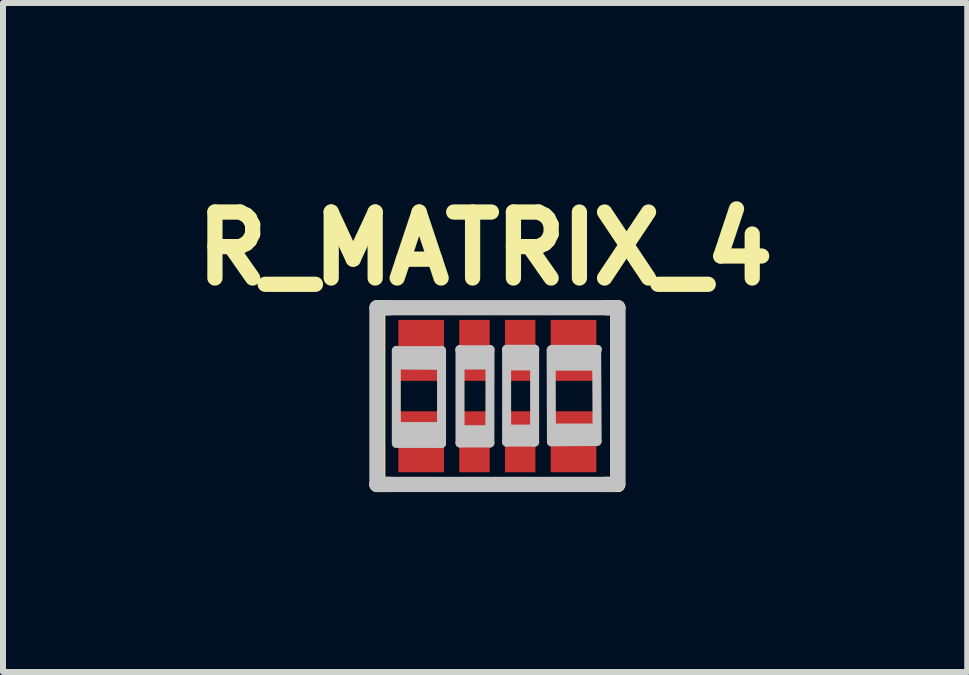
<source format=kicad_pcb>
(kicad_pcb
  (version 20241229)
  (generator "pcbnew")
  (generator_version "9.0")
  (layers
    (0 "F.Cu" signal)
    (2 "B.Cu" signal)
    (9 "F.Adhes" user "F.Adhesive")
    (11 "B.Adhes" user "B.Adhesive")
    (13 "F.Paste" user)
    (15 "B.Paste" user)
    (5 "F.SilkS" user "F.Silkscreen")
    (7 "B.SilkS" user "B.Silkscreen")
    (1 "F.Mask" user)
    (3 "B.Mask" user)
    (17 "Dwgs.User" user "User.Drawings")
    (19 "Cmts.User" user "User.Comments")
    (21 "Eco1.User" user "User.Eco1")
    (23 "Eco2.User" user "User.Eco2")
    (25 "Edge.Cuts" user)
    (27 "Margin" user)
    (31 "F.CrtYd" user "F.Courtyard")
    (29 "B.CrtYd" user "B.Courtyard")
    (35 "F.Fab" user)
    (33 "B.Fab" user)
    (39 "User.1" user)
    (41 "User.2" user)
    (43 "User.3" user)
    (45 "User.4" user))
  (footprint "R_MATRIX_4"
    (layer "F.Cu")
    (at 5.241 3.553)
    (property "Reference" "R_MATRIX_4" (at -0.203 -2.464 0) (layer "F.SilkS") (effects (font (size 1.1 1.1) (thickness 0.254))))
    (attr smd)
    (fp_line (start -2.007 1.473) (end -1.791 1.473) (stroke (width 0.254) (type solid)) (layer "F.SilkS"))
    (fp_line (start -1.994 -1.473) (end -1.994 1.473) (stroke (width 0.254) (type solid)) (layer "F.SilkS"))
    (fp_line (start -1.981 -1.473) (end -1.803 -1.473) (stroke (width 0.254) (type solid)) (layer "F.SilkS"))
    (fp_line (start 1.816 -1.473) (end 2.007 -1.473) (stroke (width 0.254) (type solid)) (layer "F.SilkS"))
    (fp_line (start 2.007 -1.473) (end 2.007 1.473) (stroke (width 0.254) (type solid)) (layer "F.SilkS"))
    (fp_line (start 2.007 1.473) (end 1.791 1.473) (stroke (width 0.254) (type solid)) (layer "F.SilkS"))
    (fp_line (start -2.007 -1.473) (end -2.007 1.473) (stroke (width 0.254) (type solid)) (layer "Dwgs.User"))
    (fp_line (start -2.007 -1.473) (end 2.007 -1.473) (stroke (width 0.254) (type solid)) (layer "Dwgs.User"))
    (fp_line (start -2.007 1.473) (end 1.943 1.473) (stroke (width 0.254) (type solid)) (layer "Dwgs.User"))
    (fp_line (start -1.684 -0.762) (end -1.684 0.79) (stroke (width 0.15) (type solid)) (layer "Dwgs.User"))
    (fp_line (start -1.679 -0.757) (end -0.932 -0.757) (stroke (width 0.15) (type solid)) (layer "Dwgs.User"))
    (fp_line (start -1.643 -0.518) (end -1.029 -0.513) (stroke (width 0.15) (type solid)) (layer "Dwgs.User"))
    (fp_line (start -1.615 0.655) (end -1.008 0.653) (stroke (width 0.15) (type solid)) (layer "Dwgs.User"))
    (fp_line (start -0.98 0.508) (end -1.618 0.508) (stroke (width 0.15) (type solid)) (layer "Dwgs.User"))
    (fp_line (start -0.94 -0.622) (end -1.638 -0.622) (stroke (width 0.15) (type solid)) (layer "Dwgs.User"))
    (fp_line (start -0.93 -0.762) (end -0.93 0.79) (stroke (width 0.15) (type solid)) (layer "Dwgs.User"))
    (fp_line (start -0.93 0.79) (end -1.638 0.79) (stroke (width 0.15) (type solid)) (layer "Dwgs.User"))
    (fp_line (start -0.627 -0.772) (end -0.122 -0.772) (stroke (width 0.15) (type solid)) (layer "Dwgs.User"))
    (fp_line (start -0.622 0.782) (end -0.622 -0.777) (stroke (width 0.15) (type solid)) (layer "Dwgs.User"))
    (fp_line (start -0.602 -0.632) (end -0.213 -0.63) (stroke (width 0.15) (type solid)) (layer "Dwgs.User"))
    (fp_line (start -0.589 0.561) (end -0.18 0.561) (stroke (width 0.15) (type solid)) (layer "Dwgs.User"))
    (fp_line (start -0.582 -0.518) (end -0.185 -0.518) (stroke (width 0.15) (type solid)) (layer "Dwgs.User"))
    (fp_line (start -0.582 0.645) (end -0.239 0.645) (stroke (width 0.15) (type solid)) (layer "Dwgs.User"))
    (fp_line (start -0.124 0.782) (end -0.622 0.782) (stroke (width 0.15) (type solid)) (layer "Dwgs.User"))
    (fp_line (start -0.122 -0.777) (end -0.124 0.782) (stroke (width 0.15) (type solid)) (layer "Dwgs.User"))
    (fp_line (start 0.155 -0.78) (end 0.625 -0.78) (stroke (width 0.15) (type solid)) (layer "Dwgs.User"))
    (fp_line (start 0.155 0.767) (end 0.155 -0.777) (stroke (width 0.15) (type solid)) (layer "Dwgs.User"))
    (fp_line (start 0.163 -0.503) (end 0.594 -0.503) (stroke (width 0.15) (type solid)) (layer "Dwgs.User"))
    (fp_line (start 0.165 0.551) (end 0.584 0.551) (stroke (width 0.15) (type solid)) (layer "Dwgs.User"))
    (fp_line (start 0.175 0.66) (end 0.554 0.663) (stroke (width 0.15) (type solid)) (layer "Dwgs.User"))
    (fp_line (start 0.185 -0.645) (end 0.551 -0.645) (stroke (width 0.15) (type solid)) (layer "Dwgs.User"))
    (fp_line (start 0.622 -0.782) (end 0.622 0.767) (stroke (width 0.15) (type solid)) (layer "Dwgs.User"))
    (fp_line (start 0.622 0.767) (end 0.155 0.767) (stroke (width 0.15) (type solid)) (layer "Dwgs.User"))
    (fp_line (start 0.902 0.762) (end 0.897 -0.767) (stroke (width 0.15) (type solid)) (layer "Dwgs.User"))
    (fp_line (start 0.907 -0.777) (end 1.669 -0.777) (stroke (width 0.15) (type solid)) (layer "Dwgs.User"))
    (fp_line (start 0.953 0.533) (end 1.608 0.533) (stroke (width 0.15) (type solid)) (layer "Dwgs.User"))
    (fp_line (start 0.958 -0.498) (end 1.6 -0.498) (stroke (width 0.15) (type solid)) (layer "Dwgs.User"))
    (fp_line (start 0.993 -0.64) (end 1.575 -0.64) (stroke (width 0.15) (type solid)) (layer "Dwgs.User"))
    (fp_line (start 1.638 0.648) (end 1.008 0.655) (stroke (width 0.15) (type solid)) (layer "Dwgs.User"))
    (fp_line (start 1.656 -0.777) (end 1.664 0.742) (stroke (width 0.15) (type solid)) (layer "Dwgs.User"))
    (fp_line (start 1.664 0.757) (end 0.902 0.762) (stroke (width 0.15) (type solid)) (layer "Dwgs.User"))
    (fp_line (start 2.007 -1.473) (end 2.007 1.46) (stroke (width 0.254) (type solid)) (layer "Dwgs.User"))
    (pad "1.1" smd rect (at -1.27 0.762) (size 0.762 1.016) (layers "F.Cu" "F.Mask" "F.Paste"))
    (pad "1.2" smd rect (at -1.27 -0.762) (size 0.762 1.016) (layers "F.Cu" "F.Mask" "F.Paste"))
    (pad "2.1" smd rect (at -0.381 0.762) (size 0.508 1.016) (layers "F.Cu" "F.Mask" "F.Paste"))
    (pad "2.2" smd rect (at -0.381 -0.762) (size 0.508 1.016) (layers "F.Cu" "F.Mask" "F.Paste"))
    (pad "3.1" smd rect (at 0.381 0.762) (size 0.508 1.016) (layers "F.Cu" "F.Mask" "F.Paste"))
    (pad "3.2" smd rect (at 0.381 -0.762) (size 0.508 1.016) (layers "F.Cu" "F.Mask" "F.Paste"))
    (pad "4.1" smd rect (at 1.27 0.762) (size 0.762 1.016) (layers "F.Cu" "F.Mask" "F.Paste"))
    (pad "4.2" smd rect (at 1.27 -0.762) (size 0.762 1.016) (layers "F.Cu" "F.Mask" "F.Paste")))
  (gr_rect
    (start -3 -3)
    (end 13.075 8.153)
    (stroke (width 0.1) (type default))
    (fill no)
    (layer "Edge.Cuts")))
</source>
